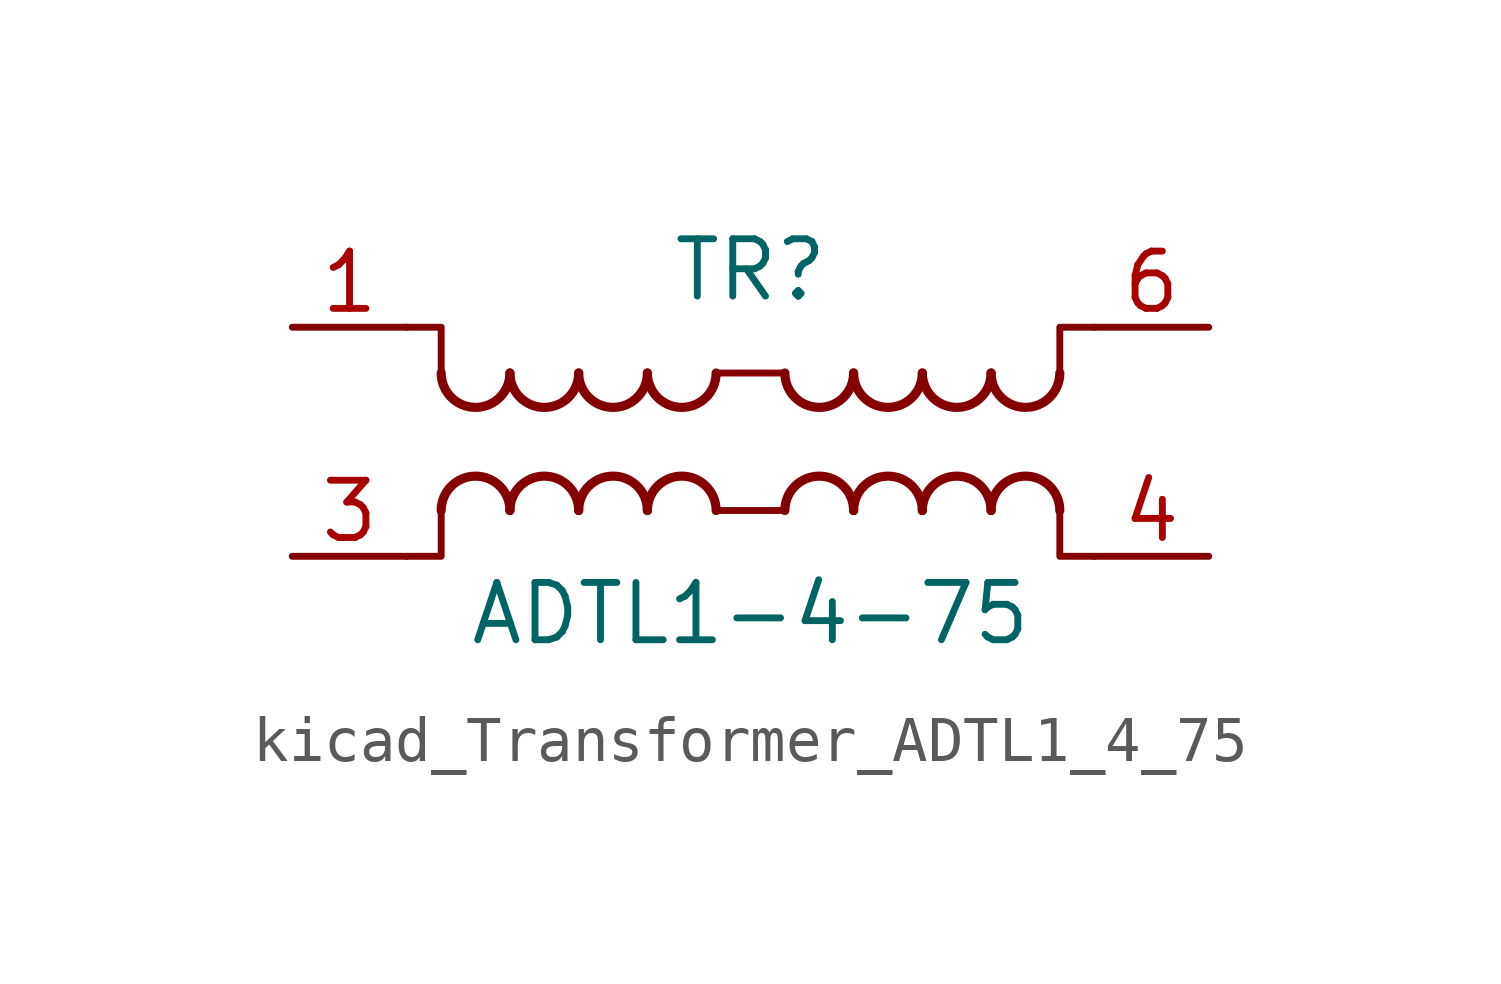
<source format=kicad_sym>
(kicad_symbol_lib
  (version 20220914)
  (generator kicad_symbol_editor)
  (symbol "kicad_Transformer_ADTL1_4_75"
    (pin_names hide)
    (property "Reference" "TR"
      (at 0 3.81 0)
      (effects (font (size 1.27 1.27))))
    (property "Value" "ADTL1-4-75"
      (at 0 -3.81 0)
      (effects (font (size 1.27 1.27))))
    (symbol "kicad_Transformer_ADTL1_4_75_0_1"
      (arc (start -6.858 1.524) (mid -6.096 0.7653) (end -5.334 1.524) (stroke (width 0.2032) (type default)) (fill (type none)))
      (arc (start -5.334 -1.524) (mid -6.096 -0.7653) (end -6.858 -1.524) (stroke (width 0.2032) (type default)) (fill (type none)))
      (arc (start -5.334 1.524) (mid -4.572 0.7653) (end -3.81 1.524) (stroke (width 0.2032) (type default)) (fill (type none)))
      (arc (start -3.81 -1.524) (mid -4.572 -0.7653) (end -5.334 -1.524) (stroke (width 0.2032) (type default)) (fill (type none)))
      (arc (start -3.81 1.524) (mid -3.048 0.7653) (end -2.286 1.524) (stroke (width 0.2032) (type default)) (fill (type none)))
      (arc (start -2.286 -1.524) (mid -3.048 -0.7653) (end -3.81 -1.524) (stroke (width 0.2032) (type default)) (fill (type none)))
      (arc (start -2.286 1.524) (mid -1.524 0.7653) (end -0.762 1.524) (stroke (width 0.2032) (type default)) (fill (type none)))
      (arc (start -0.762 -1.524) (mid -1.524 -0.7653) (end -2.286 -1.524) (stroke (width 0.2032) (type default)) (fill (type none)))
      (polyline (pts (xy -0.762 -1.524) (xy 0.762 -1.524)) (stroke (width 0) (type default)) (fill (type none)))
      (polyline (pts (xy -0.762 1.524) (xy 0.762 1.524)) (stroke (width 0) (type default)) (fill (type none)))
      (polyline (pts (xy -6.858 -1.524) (xy -6.858 -2.54) (xy -7.62 -2.54)) (stroke (width 0) (type default)) (fill (type none)))
      (polyline (pts (xy -6.858 1.524) (xy -6.858 2.54) (xy -7.62 2.54)) (stroke (width 0) (type default)) (fill (type none)))
      (polyline (pts (xy 6.858 -1.524) (xy 6.858 -2.54) (xy 7.62 -2.54)) (stroke (width 0) (type default)) (fill (type none)))
      (polyline (pts (xy 6.858 1.524) (xy 6.858 2.54) (xy 7.62 2.54)) (stroke (width 0) (type default)) (fill (type none)))
      (arc (start 0.762 1.524) (mid 1.524 0.7653) (end 2.286 1.524) (stroke (width 0.2032) (type default)) (fill (type none)))
      (arc (start 2.286 -1.524) (mid 1.524 -0.7653) (end 0.762 -1.524) (stroke (width 0.2032) (type default)) (fill (type none)))
      (arc (start 2.286 1.524) (mid 3.048 0.7653) (end 3.81 1.524) (stroke (width 0.2032) (type default)) (fill (type none)))
      (arc (start 3.81 -1.524) (mid 3.048 -0.7653) (end 2.286 -1.524) (stroke (width 0.2032) (type default)) (fill (type none)))
      (arc (start 3.81 1.524) (mid 4.572 0.7653) (end 5.334 1.524) (stroke (width 0.2032) (type default)) (fill (type none)))
      (arc (start 5.334 -1.524) (mid 4.572 -0.7653) (end 3.81 -1.524) (stroke (width 0.2032) (type default)) (fill (type none)))
      (arc (start 5.334 1.524) (mid 6.096 0.7653) (end 6.858 1.524) (stroke (width 0.2032) (type default)) (fill (type none)))
      (arc (start 6.858 -1.524) (mid 6.096 -0.7653) (end 5.334 -1.524) (stroke (width 0.2032) (type default)) (fill (type none))))
    (symbol "kicad_Transformer_ADTL1_4_75_1_1"
      (pin passive line (at -10.16 2.54 0) (length 2.54) (name "~" (effects (font (size 1.27 1.27)))) (number "1" (effects (font (size 1.27 1.27)))))
      (pin passive line (at -10.16 -2.54 0) (length 2.54) (name "~" (effects (font (size 1.27 1.27)))) (number "3" (effects (font (size 1.27 1.27)))))
      (pin passive line (at 10.16 -2.54 180) (length 2.54) (name "~" (effects (font (size 1.27 1.27)))) (number "4" (effects (font (size 1.27 1.27)))))
      (pin passive line (at 10.16 2.54 180) (length 2.54) (name "~" (effects (font (size 1.27 1.27)))) (number "6" (effects (font (size 1.27 1.27))))))))
</source>
